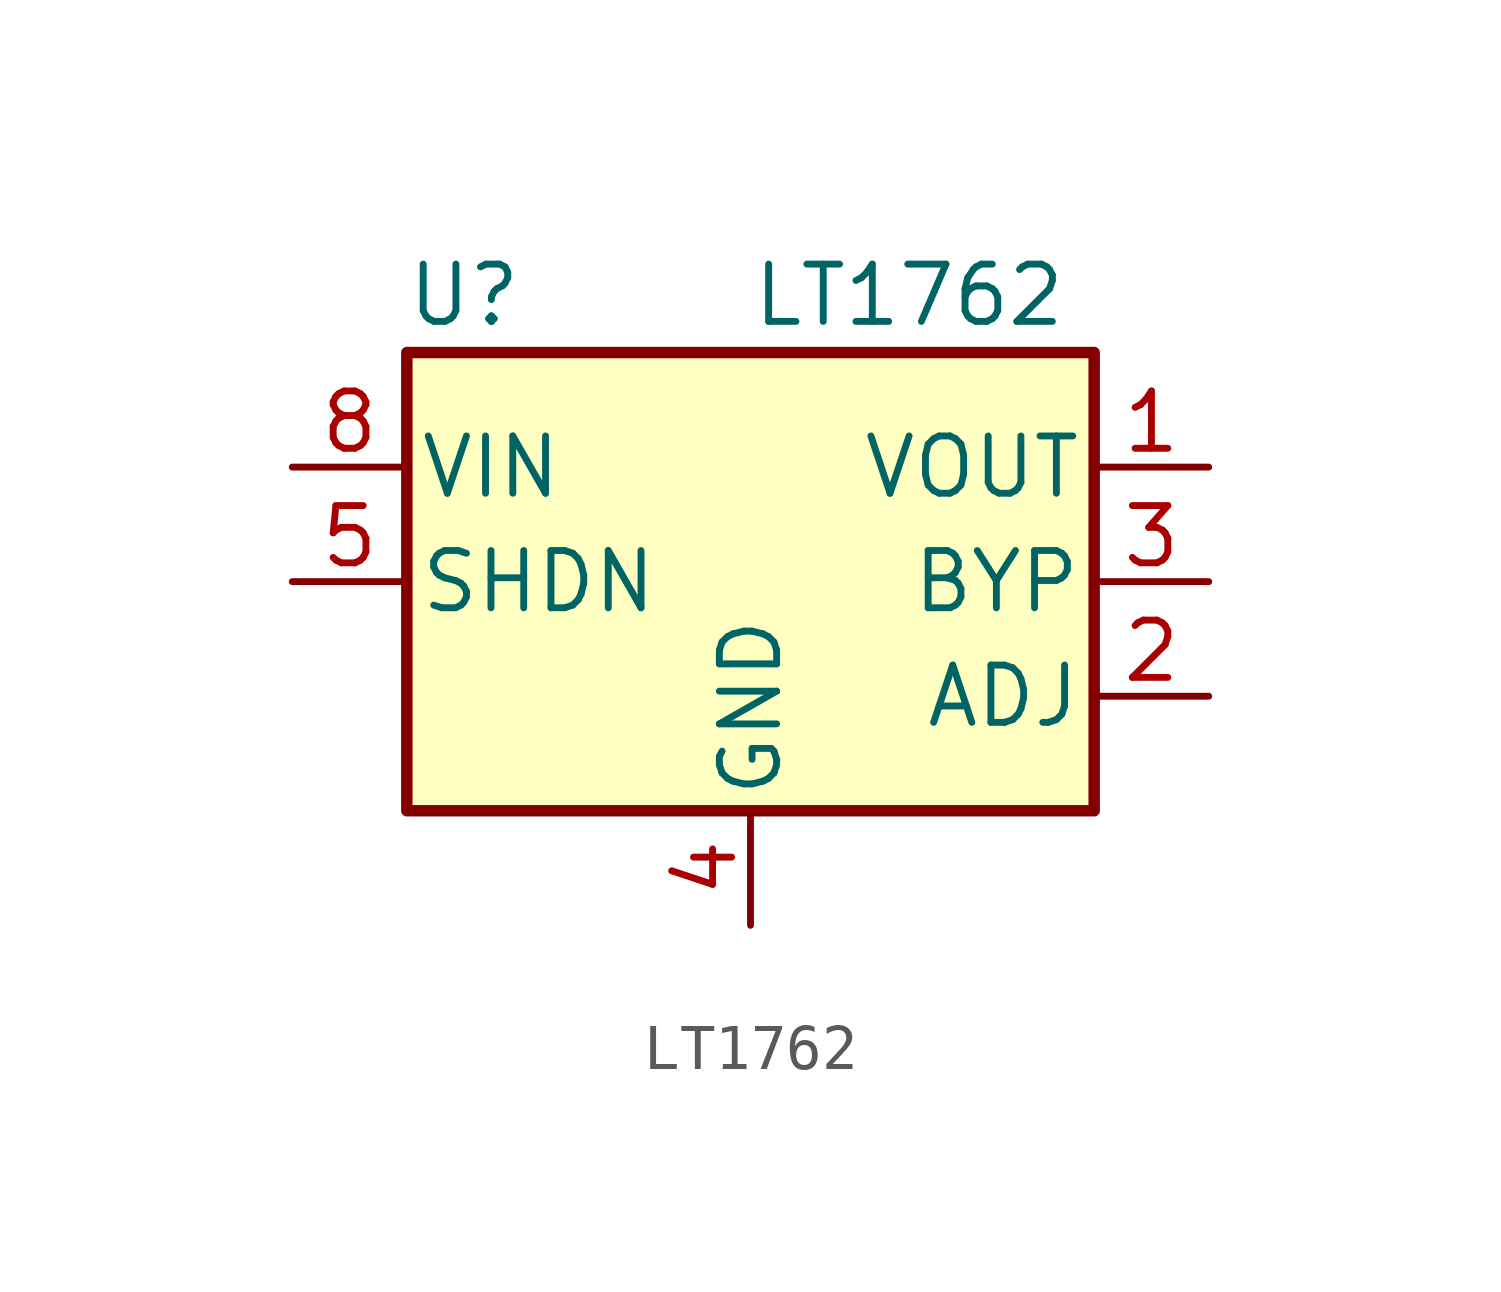
<source format=kicad_sym>
(kicad_symbol_lib
  (version 20231120)
  (generator "kicad_symbol_editor")
  (generator_version "8.0")
  (symbol "LT1762"
    (pin_names
      (offset 0.254))
    (property "Reference" "U"
      (at -6.35 6.35 0)
      (effects (font (size 1.27 1.27))))
    (property "Value" "LT1762"
      (at 0 6.35 0)
      (effects (font (size 1.27 1.27)) (justify left)))
    (symbol "LT1762_0_1"
      (rectangle (start -7.62 5.08) (end 7.62 -5.08) (stroke (width 0.254) (type default)) (fill (type background))))
    (symbol "LT1762_1_1"
      (pin passive line (at 10.16 2.54 180) (length 2.54) (name "VOUT" (effects (font (size 1.27 1.27)))) (number "1" (effects (font (size 1.27 1.27)))))
      (pin passive line (at 10.16 -2.54 180) (length 2.54) (name "ADJ" (effects (font (size 1.27 1.27)))) (number "2" (effects (font (size 1.27 1.27)))))
      (pin passive line (at 10.16 0 180) (length 2.54) (name "BYP" (effects (font (size 1.27 1.27)))) (number "3" (effects (font (size 1.27 1.27)))))
      (pin passive line (at 0 -7.62 90) (length 2.54) (name "GND" (effects (font (size 1.27 1.27)))) (number "4" (effects (font (size 1.27 1.27)))))
      (pin passive line (at -10.16 0 0) (length 2.54) (name "SHDN" (effects (font (size 1.27 1.27)))) (number "5" (effects (font (size 1.27 1.27)))))
      (pin passive line (at -10.16 2.54 0) (length 2.54) (name "VIN" (effects (font (size 1.27 1.27)))) (number "8" (effects (font (size 1.27 1.27))))))))
</source>
